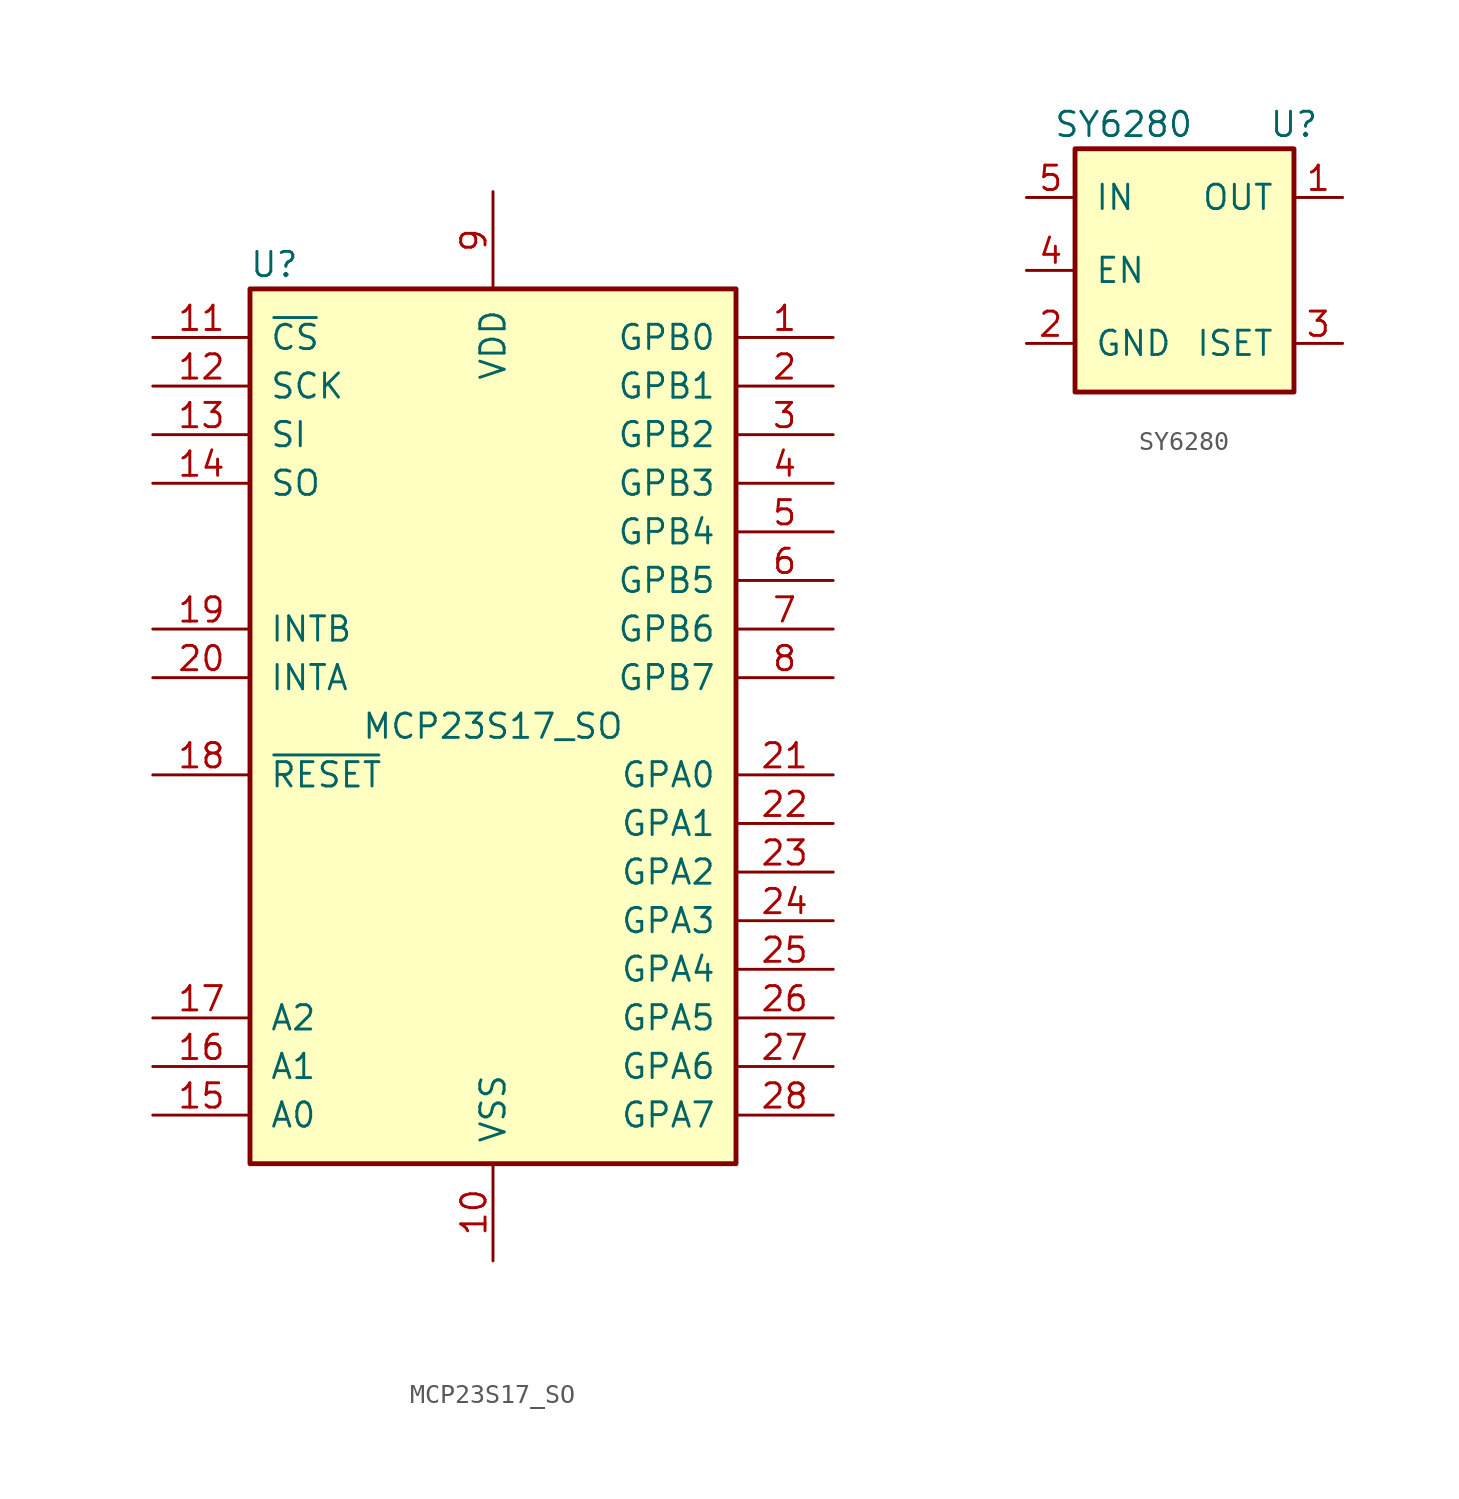
<source format=kicad_sym>
(kicad_symbol_lib
  (version 20211014)
  (generator kicad_symbol_editor)
  (symbol "MCP23S17_SO"
    (pin_names
      (offset 1.016))
    (property "Reference" "U"
      (at -11.43 24.13 0)
      (effects (font (size 1.27 1.27))))
    (property "Value" "MCP23S17_SO"
      (at 0 0 0)
      (effects (font (size 1.27 1.27))))
    (symbol "MCP23S17_SO_0_1"
      (rectangle (start -12.7 22.86) (end 12.7 -22.86) (stroke (width 0.254) (type default) (color 0 0 0 0)) (fill (type background))))
    (symbol "MCP23S17_SO_1_1"
      (pin bidirectional line (at 17.78 20.32 180) (length 5.08) (name "GPB0" (effects (font (size 1.27 1.27)))) (number "1" (effects (font (size 1.27 1.27)))))
      (pin power_in line (at 0 -27.94 90) (length 5.08) (name "VSS" (effects (font (size 1.27 1.27)))) (number "10" (effects (font (size 1.27 1.27)))))
      (pin input line (at -17.78 20.32 0) (length 5.08) (name "~{CS}" (effects (font (size 1.27 1.27)))) (number "11" (effects (font (size 1.27 1.27)))))
      (pin input line (at -17.78 17.78 0) (length 5.08) (name "SCK" (effects (font (size 1.27 1.27)))) (number "12" (effects (font (size 1.27 1.27)))))
      (pin input line (at -17.78 15.24 0) (length 5.08) (name "SI" (effects (font (size 1.27 1.27)))) (number "13" (effects (font (size 1.27 1.27)))))
      (pin tri_state line (at -17.78 12.7 0) (length 5.08) (name "SO" (effects (font (size 1.27 1.27)))) (number "14" (effects (font (size 1.27 1.27)))))
      (pin input line (at -17.78 -20.32 0) (length 5.08) (name "A0" (effects (font (size 1.27 1.27)))) (number "15" (effects (font (size 1.27 1.27)))))
      (pin input line (at -17.78 -17.78 0) (length 5.08) (name "A1" (effects (font (size 1.27 1.27)))) (number "16" (effects (font (size 1.27 1.27)))))
      (pin input line (at -17.78 -15.24 0) (length 5.08) (name "A2" (effects (font (size 1.27 1.27)))) (number "17" (effects (font (size 1.27 1.27)))))
      (pin input line (at -17.78 -2.54 0) (length 5.08) (name "~{RESET}" (effects (font (size 1.27 1.27)))) (number "18" (effects (font (size 1.27 1.27)))))
      (pin tri_state line (at -17.78 5.08 0) (length 5.08) (name "INTB" (effects (font (size 1.27 1.27)))) (number "19" (effects (font (size 1.27 1.27)))))
      (pin bidirectional line (at 17.78 17.78 180) (length 5.08) (name "GPB1" (effects (font (size 1.27 1.27)))) (number "2" (effects (font (size 1.27 1.27)))))
      (pin tri_state line (at -17.78 2.54 0) (length 5.08) (name "INTA" (effects (font (size 1.27 1.27)))) (number "20" (effects (font (size 1.27 1.27)))))
      (pin bidirectional line (at 17.78 -2.54 180) (length 5.08) (name "GPA0" (effects (font (size 1.27 1.27)))) (number "21" (effects (font (size 1.27 1.27)))))
      (pin bidirectional line (at 17.78 -5.08 180) (length 5.08) (name "GPA1" (effects (font (size 1.27 1.27)))) (number "22" (effects (font (size 1.27 1.27)))))
      (pin bidirectional line (at 17.78 -7.62 180) (length 5.08) (name "GPA2" (effects (font (size 1.27 1.27)))) (number "23" (effects (font (size 1.27 1.27)))))
      (pin bidirectional line (at 17.78 -10.16 180) (length 5.08) (name "GPA3" (effects (font (size 1.27 1.27)))) (number "24" (effects (font (size 1.27 1.27)))))
      (pin bidirectional line (at 17.78 -12.7 180) (length 5.08) (name "GPA4" (effects (font (size 1.27 1.27)))) (number "25" (effects (font (size 1.27 1.27)))))
      (pin bidirectional line (at 17.78 -15.24 180) (length 5.08) (name "GPA5" (effects (font (size 1.27 1.27)))) (number "26" (effects (font (size 1.27 1.27)))))
      (pin bidirectional line (at 17.78 -17.78 180) (length 5.08) (name "GPA6" (effects (font (size 1.27 1.27)))) (number "27" (effects (font (size 1.27 1.27)))))
      (pin bidirectional line (at 17.78 -20.32 180) (length 5.08) (name "GPA7" (effects (font (size 1.27 1.27)))) (number "28" (effects (font (size 1.27 1.27)))))
      (pin bidirectional line (at 17.78 15.24 180) (length 5.08) (name "GPB2" (effects (font (size 1.27 1.27)))) (number "3" (effects (font (size 1.27 1.27)))))
      (pin bidirectional line (at 17.78 12.7 180) (length 5.08) (name "GPB3" (effects (font (size 1.27 1.27)))) (number "4" (effects (font (size 1.27 1.27)))))
      (pin bidirectional line (at 17.78 10.16 180) (length 5.08) (name "GPB4" (effects (font (size 1.27 1.27)))) (number "5" (effects (font (size 1.27 1.27)))))
      (pin bidirectional line (at 17.78 7.62 180) (length 5.08) (name "GPB5" (effects (font (size 1.27 1.27)))) (number "6" (effects (font (size 1.27 1.27)))))
      (pin bidirectional line (at 17.78 5.08 180) (length 5.08) (name "GPB6" (effects (font (size 1.27 1.27)))) (number "7" (effects (font (size 1.27 1.27)))))
      (pin bidirectional line (at 17.78 2.54 180) (length 5.08) (name "GPB7" (effects (font (size 1.27 1.27)))) (number "8" (effects (font (size 1.27 1.27)))))
      (pin power_in line (at 0 27.94 270) (length 5.08) (name "VDD" (effects (font (size 1.27 1.27)))) (number "9" (effects (font (size 1.27 1.27)))))))
  (symbol "SY6280"
    (pin_names
      (offset 1.016))
    (property "Reference" "U"
      (at 11.43 -1.27 0)
      (effects (font (size 1.27 1.27))))
    (property "Value" "SY6280"
      (at 2.54 -1.27 0)
      (effects (font (size 1.27 1.27))))
    (symbol "SY6280_0_0"
      (pin power_out line (at 13.97 -5.08 180) (length 2.54) (name "OUT" (effects (font (size 1.27 1.27)))) (number "1" (effects (font (size 1.27 1.27)))))
      (pin power_in line (at -2.54 -12.7 0) (length 2.54) (name "GND" (effects (font (size 1.27 1.27)))) (number "2" (effects (font (size 1.27 1.27)))))
      (pin input line (at 13.97 -12.7 180) (length 2.54) (name "ISET" (effects (font (size 1.27 1.27)))) (number "3" (effects (font (size 1.27 1.27)))))
      (pin input line (at -2.54 -8.89 0) (length 2.54) (name "EN" (effects (font (size 1.27 1.27)))) (number "4" (effects (font (size 1.27 1.27)))))
      (pin power_in line (at -2.54 -5.08 0) (length 2.54) (name "IN" (effects (font (size 1.27 1.27)))) (number "5" (effects (font (size 1.27 1.27))))))
    (symbol "SY6280_0_1"
      (rectangle (start 0 -2.54) (end 11.43 -15.24) (stroke (width 0.254) (type default) (color 0 0 0 0)) (fill (type background))))))
</source>
